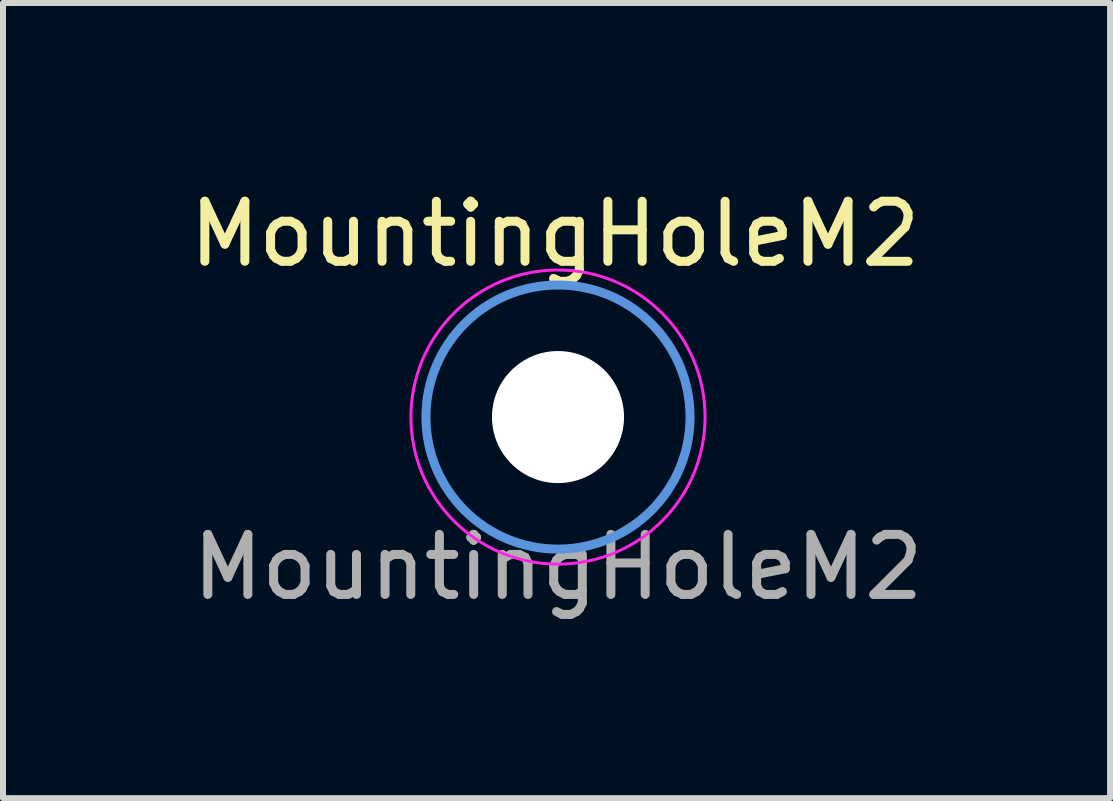
<source format=kicad_pcb>
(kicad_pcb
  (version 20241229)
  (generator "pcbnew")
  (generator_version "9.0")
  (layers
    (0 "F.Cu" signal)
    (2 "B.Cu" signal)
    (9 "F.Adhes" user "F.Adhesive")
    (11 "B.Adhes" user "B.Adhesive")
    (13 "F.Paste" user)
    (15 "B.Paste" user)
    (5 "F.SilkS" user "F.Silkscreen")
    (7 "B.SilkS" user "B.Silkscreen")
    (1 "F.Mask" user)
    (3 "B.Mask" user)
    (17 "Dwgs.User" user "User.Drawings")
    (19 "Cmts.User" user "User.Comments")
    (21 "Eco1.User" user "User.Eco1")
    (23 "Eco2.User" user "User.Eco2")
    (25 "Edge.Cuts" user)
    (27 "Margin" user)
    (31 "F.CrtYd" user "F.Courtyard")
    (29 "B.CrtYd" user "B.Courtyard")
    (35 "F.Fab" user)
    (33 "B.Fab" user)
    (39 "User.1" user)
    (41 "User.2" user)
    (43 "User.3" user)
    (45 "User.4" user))
  (footprint "MountingHoleM2"
    (layer "F.Cu")
    (at 6.246 3.898)
    (property "Reference" "MountingHoleM2" (at -0.05 -3.05 0) (unlocked yes) (layer "F.SilkS") (effects (font (size 1 1) (thickness 0.15))))
    (attr smd)
    (fp_circle (center 0 0) (end 2.2 0) (stroke (width 0.15) (type solid)) (fill no) (layer "Cmts.User"))
    (fp_circle (center 0 0) (end 2.45 0) (stroke (width 0.05) (type solid)) (fill no) (layer "F.CrtYd"))
    (fp_text user "${REFERENCE}" (at 0 2.5 0) (unlocked yes) (layer "F.Fab") (effects (font (size 1 1) (thickness 0.15))))
    (pad "" np_thru_hole circle (at 0 0) (size 2.2 2.2) (drill 2.2) (layers "*.Cu" "*.Mask")))
  (gr_rect
    (start -3 -3)
    (end 15.443 10.246)
    (stroke (width 0.1) (type default))
    (fill no)
    (layer "Edge.Cuts")))
</source>
